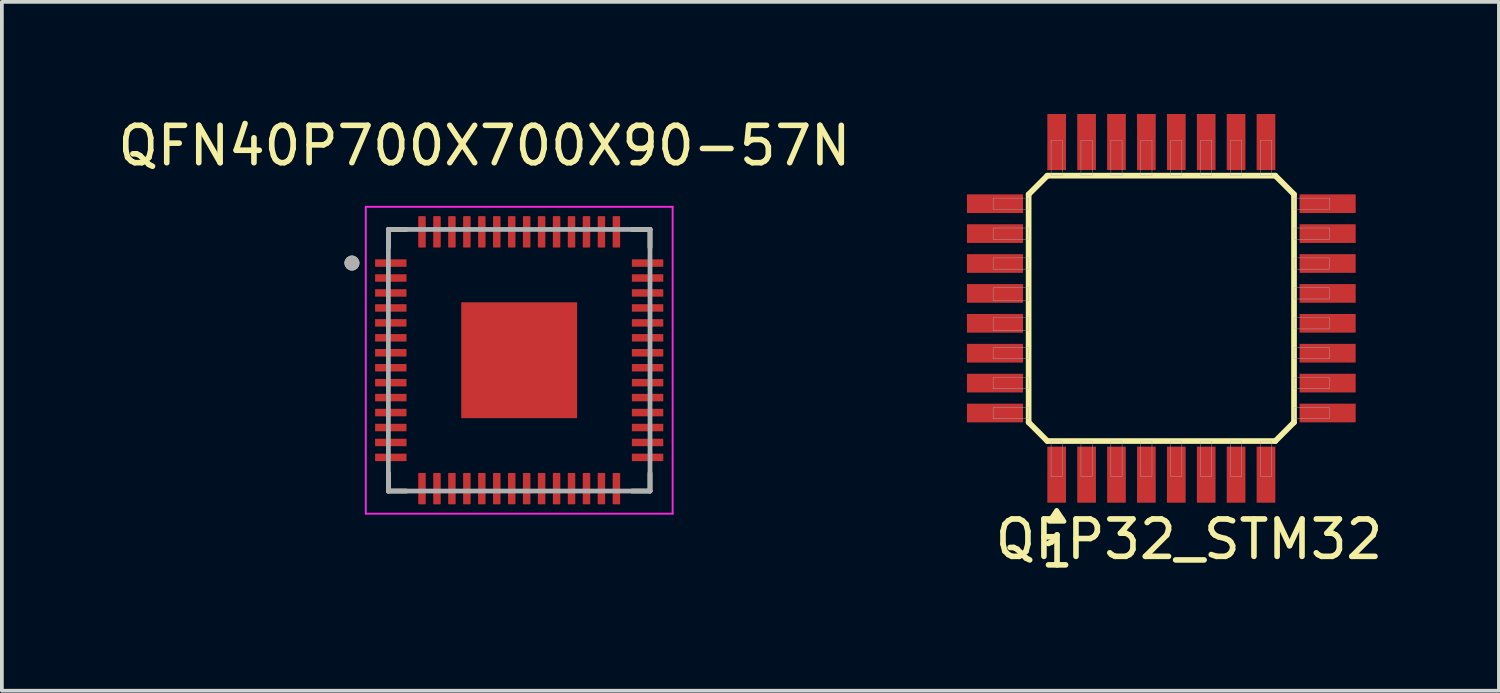
<source format=kicad_pcb>
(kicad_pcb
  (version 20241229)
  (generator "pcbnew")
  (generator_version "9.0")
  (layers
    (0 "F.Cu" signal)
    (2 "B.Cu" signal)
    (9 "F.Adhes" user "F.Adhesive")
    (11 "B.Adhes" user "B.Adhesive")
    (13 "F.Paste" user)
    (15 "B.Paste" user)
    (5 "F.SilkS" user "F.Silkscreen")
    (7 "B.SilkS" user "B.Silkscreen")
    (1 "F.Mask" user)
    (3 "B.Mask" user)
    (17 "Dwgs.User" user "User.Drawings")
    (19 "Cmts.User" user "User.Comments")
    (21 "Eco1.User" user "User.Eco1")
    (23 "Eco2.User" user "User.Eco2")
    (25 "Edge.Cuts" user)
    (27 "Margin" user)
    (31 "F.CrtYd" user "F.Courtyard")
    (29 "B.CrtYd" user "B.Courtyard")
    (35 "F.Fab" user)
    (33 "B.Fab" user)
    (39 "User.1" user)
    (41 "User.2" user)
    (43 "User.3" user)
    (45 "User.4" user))
  (footprint "QFN40P700X700X90-57N"
    (layer "F.Cu")
    (at 10.841 6.588)
    (property "Reference" "QFN40P700X700X90-57N" (at -0.93 -5.74 0) (layer "F.SilkS") (effects (font (size 1 1) (thickness 0.15))))
    (attr through_hole)
    (fp_line (start -3.5 -3.5) (end -3.5 -3.02) (stroke (width 0.127) (type solid)) (layer "F.SilkS"))
    (fp_line (start -3.5 -3.5) (end -3.02 -3.5) (stroke (width 0.127) (type solid)) (layer "F.SilkS"))
    (fp_line (start -3.5 3.5) (end -3.5 3.02) (stroke (width 0.127) (type solid)) (layer "F.SilkS"))
    (fp_line (start -3.5 3.5) (end -3.02 3.5) (stroke (width 0.127) (type solid)) (layer "F.SilkS"))
    (fp_line (start 3.5 -3.5) (end 3.02 -3.5) (stroke (width 0.127) (type solid)) (layer "F.SilkS"))
    (fp_line (start 3.5 -3.5) (end 3.5 -3.02) (stroke (width 0.127) (type solid)) (layer "F.SilkS"))
    (fp_line (start 3.5 3.5) (end 3.02 3.5) (stroke (width 0.127) (type solid)) (layer "F.SilkS"))
    (fp_line (start 3.5 3.5) (end 3.5 3.02) (stroke (width 0.127) (type solid)) (layer "F.SilkS"))
    (fp_circle (center -4.475 -2.6) (end -4.375 -2.6) (stroke (width 0.2) (type solid)) (fill no) (layer "F.SilkS"))
    (fp_poly (pts (xy -0.98 -0.98) (xy 0.98 -0.98) (xy 0.98 0.98) (xy -0.98 0.98)) (stroke (width 0.01) (type solid)) (fill yes) (layer "F.Paste"))
    (fp_line (start -4.105 -4.105) (end 4.105 -4.105) (stroke (width 0.05) (type solid)) (layer "F.CrtYd"))
    (fp_line (start -4.105 4.105) (end -4.105 -4.105) (stroke (width 0.05) (type solid)) (layer "F.CrtYd"))
    (fp_line (start -4.105 4.105) (end 4.105 4.105) (stroke (width 0.05) (type solid)) (layer "F.CrtYd"))
    (fp_line (start 4.105 4.105) (end 4.105 -4.105) (stroke (width 0.05) (type solid)) (layer "F.CrtYd"))
    (fp_line (start -3.5 3.5) (end -3.5 -3.5) (stroke (width 0.127) (type solid)) (layer "F.Fab"))
    (fp_line (start 3.5 -3.5) (end -3.5 -3.5) (stroke (width 0.127) (type solid)) (layer "F.Fab"))
    (fp_line (start 3.5 3.5) (end -3.5 3.5) (stroke (width 0.127) (type solid)) (layer "F.Fab"))
    (fp_line (start 3.5 3.5) (end 3.5 -3.5) (stroke (width 0.127) (type solid)) (layer "F.Fab"))
    (fp_circle (center -4.475 -2.6) (end -4.375 -2.6) (stroke (width 0.2) (type solid)) (fill no) (layer "F.Fab"))
    (pad "1" smd roundrect (at -3.435 -2.6) (size 0.84 0.2) (layers "F.Cu" "F.Mask" "F.Paste") (roundrect_rratio 0.03))
    (pad "2" smd roundrect (at -3.435 -2.2) (size 0.84 0.2) (layers "F.Cu" "F.Mask" "F.Paste") (roundrect_rratio 0.03))
    (pad "3" smd roundrect (at -3.435 -1.8) (size 0.84 0.2) (layers "F.Cu" "F.Mask" "F.Paste") (roundrect_rratio 0.03))
    (pad "4" smd roundrect (at -3.435 -1.4) (size 0.84 0.2) (layers "F.Cu" "F.Mask" "F.Paste") (roundrect_rratio 0.03))
    (pad "5" smd roundrect (at -3.435 -1) (size 0.84 0.2) (layers "F.Cu" "F.Mask" "F.Paste") (roundrect_rratio 0.03))
    (pad "6" smd roundrect (at -3.435 -0.6) (size 0.84 0.2) (layers "F.Cu" "F.Mask" "F.Paste") (roundrect_rratio 0.03))
    (pad "7" smd roundrect (at -3.435 -0.2) (size 0.84 0.2) (layers "F.Cu" "F.Mask" "F.Paste") (roundrect_rratio 0.03))
    (pad "8" smd roundrect (at -3.435 0.2) (size 0.84 0.2) (layers "F.Cu" "F.Mask" "F.Paste") (roundrect_rratio 0.03))
    (pad "9" smd roundrect (at -3.435 0.6) (size 0.84 0.2) (layers "F.Cu" "F.Mask" "F.Paste") (roundrect_rratio 0.03))
    (pad "10" smd roundrect (at -3.435 1) (size 0.84 0.2) (layers "F.Cu" "F.Mask" "F.Paste") (roundrect_rratio 0.03))
    (pad "11" smd roundrect (at -3.435 1.4) (size 0.84 0.2) (layers "F.Cu" "F.Mask" "F.Paste") (roundrect_rratio 0.03))
    (pad "12" smd roundrect (at -3.435 1.8) (size 0.84 0.2) (layers "F.Cu" "F.Mask" "F.Paste") (roundrect_rratio 0.03))
    (pad "13" smd roundrect (at -3.435 2.2) (size 0.84 0.2) (layers "F.Cu" "F.Mask" "F.Paste") (roundrect_rratio 0.03))
    (pad "14" smd roundrect (at -3.435 2.6) (size 0.84 0.2) (layers "F.Cu" "F.Mask" "F.Paste") (roundrect_rratio 0.03))
    (pad "15" smd roundrect (at -2.6 3.435) (size 0.2 0.84) (layers "F.Cu" "F.Mask" "F.Paste") (roundrect_rratio 0.1))
    (pad "16" smd roundrect (at -2.2 3.435) (size 0.2 0.84) (layers "F.Cu" "F.Mask" "F.Paste") (roundrect_rratio 0.1))
    (pad "17" smd roundrect (at -1.8 3.435) (size 0.2 0.84) (layers "F.Cu" "F.Mask" "F.Paste") (roundrect_rratio 0.1))
    (pad "18" smd roundrect (at -1.4 3.435) (size 0.2 0.84) (layers "F.Cu" "F.Mask" "F.Paste") (roundrect_rratio 0.1))
    (pad "19" smd roundrect (at -1 3.435) (size 0.2 0.84) (layers "F.Cu" "F.Mask" "F.Paste") (roundrect_rratio 0.1))
    (pad "20" smd roundrect (at -0.6 3.435) (size 0.2 0.84) (layers "F.Cu" "F.Mask" "F.Paste") (roundrect_rratio 0.1))
    (pad "21" smd roundrect (at -0.2 3.435) (size 0.2 0.84) (layers "F.Cu" "F.Mask" "F.Paste") (roundrect_rratio 0.1))
    (pad "22" smd roundrect (at 0.2 3.435) (size 0.2 0.84) (layers "F.Cu" "F.Mask" "F.Paste") (roundrect_rratio 0.1))
    (pad "23" smd roundrect (at 0.6 3.435) (size 0.2 0.84) (layers "F.Cu" "F.Mask" "F.Paste") (roundrect_rratio 0.1))
    (pad "24" smd roundrect (at 1 3.435) (size 0.2 0.84) (layers "F.Cu" "F.Mask" "F.Paste") (roundrect_rratio 0.1))
    (pad "25" smd roundrect (at 1.4 3.435) (size 0.2 0.84) (layers "F.Cu" "F.Mask" "F.Paste") (roundrect_rratio 0.1))
    (pad "26" smd roundrect (at 1.8 3.435) (size 0.2 0.84) (layers "F.Cu" "F.Mask" "F.Paste") (roundrect_rratio 0.1))
    (pad "27" smd roundrect (at 2.2 3.435) (size 0.2 0.84) (layers "F.Cu" "F.Mask" "F.Paste") (roundrect_rratio 0.1))
    (pad "28" smd roundrect (at 2.6 3.435) (size 0.2 0.84) (layers "F.Cu" "F.Mask" "F.Paste") (roundrect_rratio 0.1))
    (pad "29" smd roundrect (at 3.435 2.6) (size 0.84 0.2) (layers "F.Cu" "F.Mask" "F.Paste") (roundrect_rratio 0.03))
    (pad "30" smd roundrect (at 3.435 2.2) (size 0.84 0.2) (layers "F.Cu" "F.Mask" "F.Paste") (roundrect_rratio 0.03))
    (pad "31" smd roundrect (at 3.435 1.8) (size 0.84 0.2) (layers "F.Cu" "F.Mask" "F.Paste") (roundrect_rratio 0.03))
    (pad "32" smd roundrect (at 3.435 1.4) (size 0.84 0.2) (layers "F.Cu" "F.Mask" "F.Paste") (roundrect_rratio 0.03))
    (pad "33" smd roundrect (at 3.435 1) (size 0.84 0.2) (layers "F.Cu" "F.Mask" "F.Paste") (roundrect_rratio 0.03))
    (pad "34" smd roundrect (at 3.435 0.6) (size 0.84 0.2) (layers "F.Cu" "F.Mask" "F.Paste") (roundrect_rratio 0.03))
    (pad "35" smd roundrect (at 3.435 0.2) (size 0.84 0.2) (layers "F.Cu" "F.Mask" "F.Paste") (roundrect_rratio 0.03))
    (pad "36" smd roundrect (at 3.435 -0.2) (size 0.84 0.2) (layers "F.Cu" "F.Mask" "F.Paste") (roundrect_rratio 0.03))
    (pad "37" smd roundrect (at 3.435 -0.6) (size 0.84 0.2) (layers "F.Cu" "F.Mask" "F.Paste") (roundrect_rratio 0.03))
    (pad "38" smd roundrect (at 3.435 -1) (size 0.84 0.2) (layers "F.Cu" "F.Mask" "F.Paste") (roundrect_rratio 0.03))
    (pad "39" smd roundrect (at 3.435 -1.4) (size 0.84 0.2) (layers "F.Cu" "F.Mask" "F.Paste") (roundrect_rratio 0.03))
    (pad "40" smd roundrect (at 3.435 -1.8) (size 0.84 0.2) (layers "F.Cu" "F.Mask" "F.Paste") (roundrect_rratio 0.03))
    (pad "41" smd roundrect (at 3.435 -2.2) (size 0.84 0.2) (layers "F.Cu" "F.Mask" "F.Paste") (roundrect_rratio 0.03))
    (pad "42" smd roundrect (at 3.435 -2.6) (size 0.84 0.2) (layers "F.Cu" "F.Mask" "F.Paste") (roundrect_rratio 0.03))
    (pad "43" smd roundrect (at 2.6 -3.435) (size 0.2 0.84) (layers "F.Cu" "F.Mask" "F.Paste") (roundrect_rratio 0.1))
    (pad "44" smd roundrect (at 2.2 -3.435) (size 0.2 0.84) (layers "F.Cu" "F.Mask" "F.Paste") (roundrect_rratio 0.1))
    (pad "45" smd roundrect (at 1.8 -3.435) (size 0.2 0.84) (layers "F.Cu" "F.Mask" "F.Paste") (roundrect_rratio 0.1))
    (pad "46" smd roundrect (at 1.4 -3.435) (size 0.2 0.84) (layers "F.Cu" "F.Mask" "F.Paste") (roundrect_rratio 0.1))
    (pad "47" smd roundrect (at 1 -3.435) (size 0.2 0.84) (layers "F.Cu" "F.Mask" "F.Paste") (roundrect_rratio 0.1))
    (pad "48" smd roundrect (at 0.6 -3.435) (size 0.2 0.84) (layers "F.Cu" "F.Mask" "F.Paste") (roundrect_rratio 0.1))
    (pad "49" smd roundrect (at 0.2 -3.435) (size 0.2 0.84) (layers "F.Cu" "F.Mask" "F.Paste") (roundrect_rratio 0.1))
    (pad "50" smd roundrect (at -0.2 -3.435) (size 0.2 0.84) (layers "F.Cu" "F.Mask" "F.Paste") (roundrect_rratio 0.1))
    (pad "51" smd roundrect (at -0.6 -3.435) (size 0.2 0.84) (layers "F.Cu" "F.Mask" "F.Paste") (roundrect_rratio 0.1))
    (pad "52" smd roundrect (at -1 -3.435) (size 0.2 0.84) (layers "F.Cu" "F.Mask" "F.Paste") (roundrect_rratio 0.1))
    (pad "53" smd roundrect (at -1.4 -3.435) (size 0.2 0.84) (layers "F.Cu" "F.Mask" "F.Paste") (roundrect_rratio 0.1))
    (pad "54" smd roundrect (at -1.8 -3.435) (size 0.2 0.84) (layers "F.Cu" "F.Mask" "F.Paste") (roundrect_rratio 0.1))
    (pad "55" smd roundrect (at -2.2 -3.435) (size 0.2 0.84) (layers "F.Cu" "F.Mask" "F.Paste") (roundrect_rratio 0.1))
    (pad "56" smd roundrect (at -2.6 -3.435) (size 0.2 0.84) (layers "F.Cu" "F.Mask" "F.Paste") (roundrect_rratio 0.1))
    (pad "57" smd rect (at 0 0) (size 3.1 3.1) (layers "F.Cu" "F.Mask")))
  (footprint "QFP32_STM32"
    (layer "F.Cu")
    (at 28.021 5.2)
    (property "Reference" "QFP32_STM32" (at 0.74 6.18 0) (layer "F.SilkS") (effects (font (size 1 1) (thickness 0.15))))
    (attr through_hole)
    (fp_line (start -3.55 -3.05) (end -3.05 -3.55) (stroke (width 0.152) (type solid)) (layer "F.SilkS"))
    (fp_line (start -3.55 3.05) (end -3.55 -3.05) (stroke (width 0.152) (type solid)) (layer "F.SilkS"))
    (fp_line (start -3.05 -3.55) (end 3.05 -3.55) (stroke (width 0.152) (type solid)) (layer "F.SilkS"))
    (fp_line (start -3.05 3.55) (end -3.55 3.05) (stroke (width 0.152) (type solid)) (layer "F.SilkS"))
    (fp_line (start 3.05 -3.55) (end 3.55 -3.05) (stroke (width 0.152) (type solid)) (layer "F.SilkS"))
    (fp_line (start 3.05 3.55) (end -3.05 3.55) (stroke (width 0.152) (type solid)) (layer "F.SilkS"))
    (fp_line (start 3.55 -3.05) (end 3.55 3.05) (stroke (width 0.152) (type solid)) (layer "F.SilkS"))
    (fp_line (start 3.55 3.05) (end 3.05 3.55) (stroke (width 0.152) (type solid)) (layer "F.SilkS"))
    (fp_poly (pts (xy -2.6 5.7) (xy -3 5.7) (xy -2.8 5.4)) (stroke (width 0.12) (type solid)) (fill yes) (layer "F.SilkS"))
    (fp_poly (pts (xy -4.5 -2.95) (xy -3.55 -2.95) (xy -3.55 -2.65) (xy -4.5 -2.65)) (stroke (width 0.01) (type solid)) (fill no) (layer "F.Fab"))
    (fp_poly (pts (xy -4.5 -2.15) (xy -3.55 -2.15) (xy -3.55 -1.85) (xy -4.5 -1.85)) (stroke (width 0.01) (type solid)) (fill no) (layer "F.Fab"))
    (fp_poly (pts (xy -4.5 -1.35) (xy -3.55 -1.35) (xy -3.55 -1.05) (xy -4.5 -1.05)) (stroke (width 0.01) (type solid)) (fill no) (layer "F.Fab"))
    (fp_poly (pts (xy -4.5 -0.55) (xy -3.55 -0.55) (xy -3.55 -0.2) (xy -4.5 -0.2)) (stroke (width 0.01) (type solid)) (fill no) (layer "F.Fab"))
    (fp_poly (pts (xy -4.5 0.25) (xy -3.55 0.25) (xy -3.55 0.6) (xy -4.5 0.6)) (stroke (width 0.01) (type solid)) (fill no) (layer "F.Fab"))
    (fp_poly (pts (xy -4.5 1.05) (xy -3.55 1.05) (xy -3.55 1.35) (xy -4.5 1.35)) (stroke (width 0.01) (type solid)) (fill no) (layer "F.Fab"))
    (fp_poly (pts (xy -4.5 1.85) (xy -3.55 1.85) (xy -3.55 2.15) (xy -4.5 2.15)) (stroke (width 0.01) (type solid)) (fill no) (layer "F.Fab"))
    (fp_poly (pts (xy -4.5 2.65) (xy -3.55 2.65) (xy -3.55 2.95) (xy -4.5 2.95)) (stroke (width 0.01) (type solid)) (fill no) (layer "F.Fab"))
    (fp_poly (pts (xy -2.95 -4.5) (xy -2.65 -4.5) (xy -2.65 -3.55) (xy -2.95 -3.55)) (stroke (width 0.01) (type solid)) (fill no) (layer "F.Fab"))
    (fp_poly (pts (xy -2.95 3.55) (xy -2.65 3.55) (xy -2.65 4.5) (xy -2.95 4.5)) (stroke (width 0.01) (type solid)) (fill no) (layer "F.Fab"))
    (fp_poly (pts (xy -2.15 -4.5) (xy -1.85 -4.5) (xy -1.85 -3.55) (xy -2.15 -3.55)) (stroke (width 0.01) (type solid)) (fill no) (layer "F.Fab"))
    (fp_poly (pts (xy -2.15 3.55) (xy -1.85 3.55) (xy -1.85 4.5) (xy -2.15 4.5)) (stroke (width 0.01) (type solid)) (fill no) (layer "F.Fab"))
    (fp_poly (pts (xy -1.35 -4.5) (xy -1.05 -4.5) (xy -1.05 -3.55) (xy -1.35 -3.55)) (stroke (width 0.01) (type solid)) (fill no) (layer "F.Fab"))
    (fp_poly (pts (xy -1.35 3.55) (xy -1.05 3.55) (xy -1.05 4.5) (xy -1.35 4.5)) (stroke (width 0.01) (type solid)) (fill no) (layer "F.Fab"))
    (fp_poly (pts (xy -0.55 -4.5) (xy -0.25 -4.5) (xy -0.25 -3.55) (xy -0.55 -3.55)) (stroke (width 0.01) (type solid)) (fill no) (layer "F.Fab"))
    (fp_poly (pts (xy -0.55 3.55) (xy -0.25 3.55) (xy -0.25 4.5) (xy -0.55 4.5)) (stroke (width 0.01) (type solid)) (fill no) (layer "F.Fab"))
    (fp_poly (pts (xy 0.25 -4.5) (xy 0.55 -4.5) (xy 0.55 -3.55) (xy 0.25 -3.55)) (stroke (width 0.01) (type solid)) (fill no) (layer "F.Fab"))
    (fp_poly (pts (xy 0.25 3.55) (xy 0.55 3.55) (xy 0.55 4.5) (xy 0.25 4.5)) (stroke (width 0.01) (type solid)) (fill no) (layer "F.Fab"))
    (fp_poly (pts (xy 1.05 -4.5) (xy 1.35 -4.5) (xy 1.35 -3.55) (xy 1.05 -3.55)) (stroke (width 0.01) (type solid)) (fill no) (layer "F.Fab"))
    (fp_poly (pts (xy 1.05 3.55) (xy 1.35 3.55) (xy 1.35 4.5) (xy 1.05 4.5)) (stroke (width 0.01) (type solid)) (fill no) (layer "F.Fab"))
    (fp_poly (pts (xy 1.85 -4.5) (xy 2.15 -4.5) (xy 2.15 -3.55) (xy 1.85 -3.55)) (stroke (width 0.01) (type solid)) (fill no) (layer "F.Fab"))
    (fp_poly (pts (xy 1.85 3.55) (xy 2.15 3.55) (xy 2.15 4.5) (xy 1.85 4.5)) (stroke (width 0.01) (type solid)) (fill no) (layer "F.Fab"))
    (fp_poly (pts (xy 2.65 -4.5) (xy 2.95 -4.5) (xy 2.95 -3.55) (xy 2.65 -3.55)) (stroke (width 0.01) (type solid)) (fill no) (layer "F.Fab"))
    (fp_poly (pts (xy 2.65 3.55) (xy 2.95 3.55) (xy 2.95 4.5) (xy 2.65 4.5)) (stroke (width 0.01) (type solid)) (fill no) (layer "F.Fab"))
    (fp_poly (pts (xy 3.55 -2.95) (xy 4.5 -2.95) (xy 4.5 -2.65) (xy 3.55 -2.65)) (stroke (width 0.01) (type solid)) (fill no) (layer "F.Fab"))
    (fp_poly (pts (xy 3.55 -2.15) (xy 4.5 -2.15) (xy 4.5 -1.85) (xy 3.55 -1.85)) (stroke (width 0.01) (type solid)) (fill no) (layer "F.Fab"))
    (fp_poly (pts (xy 3.55 -1.35) (xy 4.5 -1.35) (xy 4.5 -1.05) (xy 3.55 -1.05)) (stroke (width 0.01) (type solid)) (fill no) (layer "F.Fab"))
    (fp_poly (pts (xy 3.55 -0.55) (xy 4.5 -0.55) (xy 4.5 -0.25) (xy 3.55 -0.25)) (stroke (width 0.01) (type solid)) (fill no) (layer "F.Fab"))
    (fp_poly (pts (xy 3.55 0.25) (xy 4.5 0.25) (xy 4.5 0.55) (xy 3.55 0.55)) (stroke (width 0.01) (type solid)) (fill no) (layer "F.Fab"))
    (fp_poly (pts (xy 3.55 1.05) (xy 4.5 1.05) (xy 4.5 1.35) (xy 3.55 1.35)) (stroke (width 0.01) (type solid)) (fill no) (layer "F.Fab"))
    (fp_poly (pts (xy 3.55 1.85) (xy 4.5 1.85) (xy 4.5 2.15) (xy 3.55 2.15)) (stroke (width 0.01) (type solid)) (fill no) (layer "F.Fab"))
    (fp_poly (pts (xy 3.55 2.65) (xy 4.5 2.65) (xy 4.5 2.95) (xy 3.55 2.95)) (stroke (width 0.01) (type solid)) (fill no) (layer "F.Fab"))
    (fp_text user "1" (at -2.79 6.5 0) (layer "F.SilkS") (effects (font (size 0.8 0.8) (thickness 0.15))))
    (pad "1" smd rect (at -2.8 4.45) (size 0.5 1.5) (layers "F.Cu" "F.Mask" "F.Paste"))
    (pad "2" smd rect (at -2 4.45) (size 0.5 1.5) (layers "F.Cu" "F.Mask" "F.Paste"))
    (pad "3" smd rect (at -1.2 4.45) (size 0.5 1.5) (layers "F.Cu" "F.Mask" "F.Paste"))
    (pad "4" smd rect (at -0.4 4.45) (size 0.5 1.5) (layers "F.Cu" "F.Mask" "F.Paste"))
    (pad "5" smd rect (at 0.4 4.45) (size 0.5 1.5) (layers "F.Cu" "F.Mask" "F.Paste"))
    (pad "6" smd rect (at 1.2 4.45) (size 0.5 1.5) (layers "F.Cu" "F.Mask" "F.Paste"))
    (pad "7" smd rect (at 2 4.45) (size 0.5 1.5) (layers "F.Cu" "F.Mask" "F.Paste"))
    (pad "8" smd rect (at 2.8 4.45) (size 0.5 1.5) (layers "F.Cu" "F.Mask" "F.Paste"))
    (pad "9" smd rect (at 4.45 2.8) (size 1.5 0.5) (layers "F.Cu" "F.Mask" "F.Paste"))
    (pad "10" smd rect (at 4.45 2) (size 1.5 0.5) (layers "F.Cu" "F.Mask" "F.Paste"))
    (pad "11" smd rect (at 4.45 1.2) (size 1.5 0.5) (layers "F.Cu" "F.Mask" "F.Paste"))
    (pad "12" smd rect (at 4.45 0.4) (size 1.5 0.5) (layers "F.Cu" "F.Mask" "F.Paste"))
    (pad "13" smd rect (at 4.45 -0.4) (size 1.5 0.5) (layers "F.Cu" "F.Mask" "F.Paste"))
    (pad "14" smd rect (at 4.45 -1.2) (size 1.5 0.5) (layers "F.Cu" "F.Mask" "F.Paste"))
    (pad "15" smd rect (at 4.45 -2) (size 1.5 0.5) (layers "F.Cu" "F.Mask" "F.Paste"))
    (pad "16" smd rect (at 4.45 -2.8) (size 1.5 0.5) (layers "F.Cu" "F.Mask" "F.Paste"))
    (pad "17" smd rect (at 2.8 -4.45) (size 0.5 1.5) (layers "F.Cu" "F.Mask" "F.Paste"))
    (pad "18" smd rect (at 2 -4.45) (size 0.5 1.5) (layers "F.Cu" "F.Mask" "F.Paste"))
    (pad "19" smd rect (at 1.2 -4.45) (size 0.5 1.5) (layers "F.Cu" "F.Mask" "F.Paste"))
    (pad "20" smd rect (at 0.4 -4.45) (size 0.5 1.5) (layers "F.Cu" "F.Mask" "F.Paste"))
    (pad "21" smd rect (at -0.4 -4.45) (size 0.5 1.5) (layers "F.Cu" "F.Mask" "F.Paste"))
    (pad "22" smd rect (at -1.2 -4.45) (size 0.5 1.5) (layers "F.Cu" "F.Mask" "F.Paste"))
    (pad "23" smd rect (at -2 -4.45) (size 0.5 1.5) (layers "F.Cu" "F.Mask" "F.Paste"))
    (pad "24" smd rect (at -2.8 -4.45) (size 0.5 1.5) (layers "F.Cu" "F.Mask" "F.Paste"))
    (pad "25" smd rect (at -4.45 -2.8) (size 1.5 0.5) (layers "F.Cu" "F.Mask" "F.Paste"))
    (pad "26" smd rect (at -4.45 -2) (size 1.5 0.5) (layers "F.Cu" "F.Mask" "F.Paste"))
    (pad "27" smd rect (at -4.45 -1.2) (size 1.5 0.5) (layers "F.Cu" "F.Mask" "F.Paste"))
    (pad "28" smd rect (at -4.45 -0.4) (size 1.5 0.5) (layers "F.Cu" "F.Mask" "F.Paste"))
    (pad "29" smd rect (at -4.45 0.4) (size 1.5 0.5) (layers "F.Cu" "F.Mask" "F.Paste"))
    (pad "30" smd rect (at -4.45 1.2) (size 1.5 0.5) (layers "F.Cu" "F.Mask" "F.Paste"))
    (pad "31" smd rect (at -4.45 2) (size 1.5 0.5) (layers "F.Cu" "F.Mask" "F.Paste"))
    (pad "32" smd rect (at -4.45 2.8) (size 1.5 0.5) (layers "F.Cu" "F.Mask" "F.Paste")))
  (gr_rect
    (start -3 -3)
    (end 37.053 15.431)
    (stroke (width 0.1) (type default))
    (fill no)
    (layer "Edge.Cuts")))
</source>
